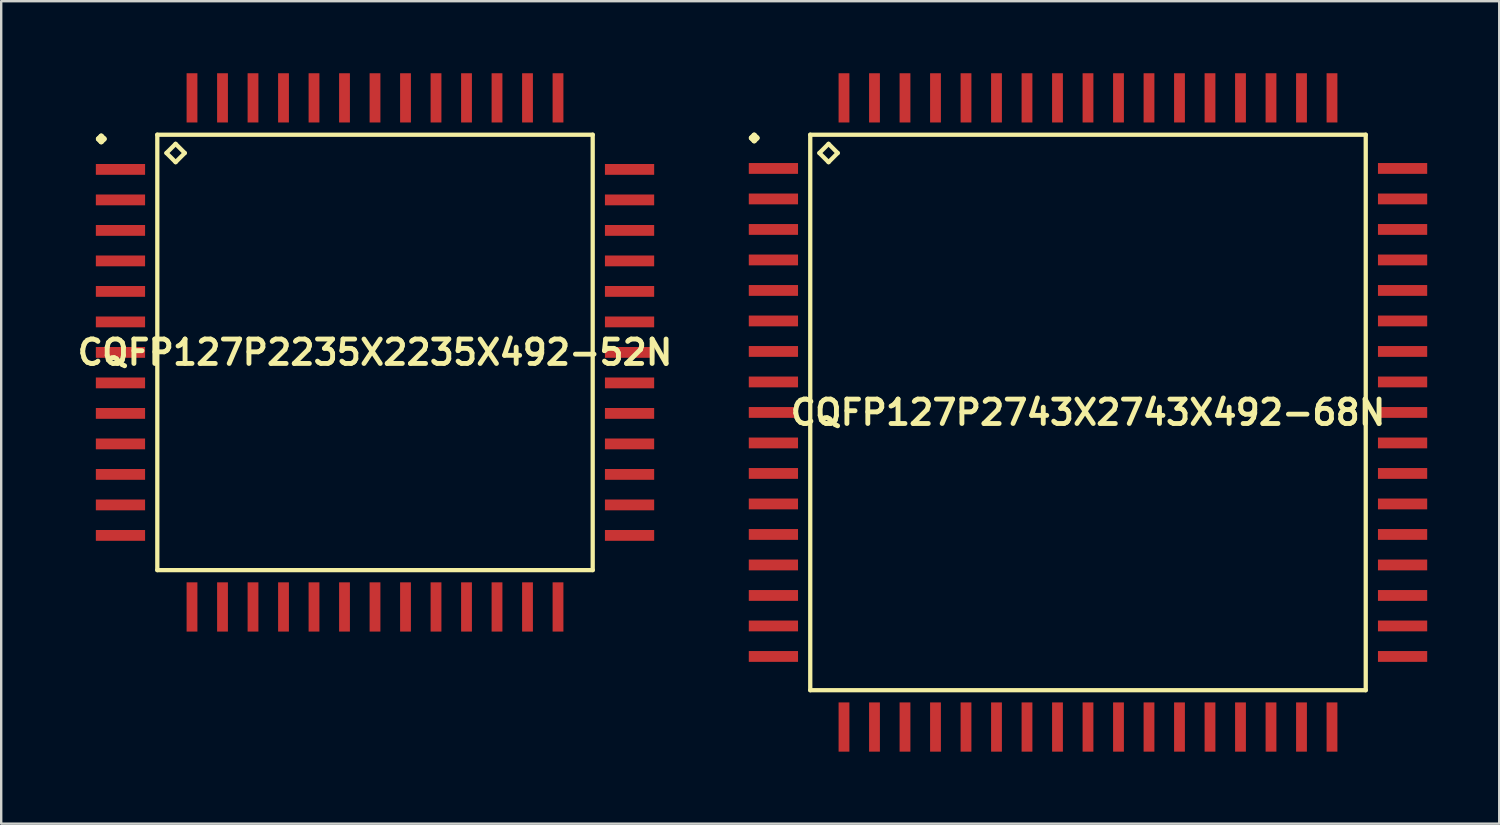
<source format=kicad_pcb>
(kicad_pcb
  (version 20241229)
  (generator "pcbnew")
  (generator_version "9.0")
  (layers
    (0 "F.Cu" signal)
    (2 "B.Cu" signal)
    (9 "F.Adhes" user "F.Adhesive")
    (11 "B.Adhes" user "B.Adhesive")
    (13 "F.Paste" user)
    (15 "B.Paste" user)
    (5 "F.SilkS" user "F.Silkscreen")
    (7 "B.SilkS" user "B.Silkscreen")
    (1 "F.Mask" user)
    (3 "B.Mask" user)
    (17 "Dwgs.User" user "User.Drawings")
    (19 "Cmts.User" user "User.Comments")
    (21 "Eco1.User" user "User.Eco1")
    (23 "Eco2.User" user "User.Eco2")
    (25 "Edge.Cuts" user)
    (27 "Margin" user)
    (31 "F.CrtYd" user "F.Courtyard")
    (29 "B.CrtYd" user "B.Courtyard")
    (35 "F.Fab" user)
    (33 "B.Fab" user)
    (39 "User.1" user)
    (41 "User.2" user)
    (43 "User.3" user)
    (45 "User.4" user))
  (footprint "CQFP127P2743X2743X492-68N"
    (layer "F.Cu")
    (at 42.253 14.124)
    (property "Reference" "CQFP127P2743X2743X492-68N" (at 0 0 0) (layer "F.SilkS") (effects (font (size 1.016 1.016) (thickness 0.203))))
    (attr smd)
    (fp_line (start -14.011 -11.43) (end -13.899 -11.542) (stroke (width 0.224) (type solid)) (layer "F.SilkS"))
    (fp_line (start -13.899 -11.542) (end -13.787 -11.43) (stroke (width 0.224) (type solid)) (layer "F.SilkS"))
    (fp_line (start -13.899 -11.316) (end -14.011 -11.43) (stroke (width 0.224) (type solid)) (layer "F.SilkS"))
    (fp_line (start -13.787 -11.43) (end -13.899 -11.316) (stroke (width 0.224) (type solid)) (layer "F.SilkS"))
    (fp_line (start -11.565 -11.565) (end -11.565 11.565) (stroke (width 0.178) (type solid)) (layer "F.SilkS"))
    (fp_line (start -11.565 11.565) (end 11.565 11.565) (stroke (width 0.178) (type solid)) (layer "F.SilkS"))
    (fp_line (start -11.184 -10.803) (end -10.803 -11.184) (stroke (width 0.178) (type solid)) (layer "F.SilkS"))
    (fp_line (start -10.803 -11.184) (end -10.422 -10.803) (stroke (width 0.178) (type solid)) (layer "F.SilkS"))
    (fp_line (start -10.803 -10.422) (end -11.184 -10.803) (stroke (width 0.178) (type solid)) (layer "F.SilkS"))
    (fp_line (start -10.422 -10.803) (end -10.803 -10.422) (stroke (width 0.178) (type solid)) (layer "F.SilkS"))
    (fp_line (start 11.565 -11.565) (end -11.565 -11.565) (stroke (width 0.178) (type solid)) (layer "F.SilkS"))
    (fp_line (start 11.565 11.565) (end 11.565 -11.565) (stroke (width 0.178) (type solid)) (layer "F.SilkS"))
    (pad "1" smd rect (at -13.099 -10.16) (size 2.05 0.45) (layers "F.Cu" "F.Mask" "F.Paste"))
    (pad "2" smd rect (at -13.099 -8.89) (size 2.05 0.45) (layers "F.Cu" "F.Mask" "F.Paste"))
    (pad "3" smd rect (at -13.099 -7.62) (size 2.05 0.45) (layers "F.Cu" "F.Mask" "F.Paste"))
    (pad "4" smd rect (at -13.099 -6.35) (size 2.05 0.45) (layers "F.Cu" "F.Mask" "F.Paste"))
    (pad "5" smd rect (at -13.099 -5.08) (size 2.05 0.45) (layers "F.Cu" "F.Mask" "F.Paste"))
    (pad "6" smd rect (at -13.099 -3.81) (size 2.05 0.45) (layers "F.Cu" "F.Mask" "F.Paste"))
    (pad "7" smd rect (at -13.099 -2.54) (size 2.05 0.45) (layers "F.Cu" "F.Mask" "F.Paste"))
    (pad "8" smd rect (at -13.099 -1.27) (size 2.05 0.45) (layers "F.Cu" "F.Mask" "F.Paste"))
    (pad "9" smd rect (at -13.099 0) (size 2.05 0.45) (layers "F.Cu" "F.Mask" "F.Paste"))
    (pad "10" smd rect (at -13.099 1.27) (size 2.05 0.45) (layers "F.Cu" "F.Mask" "F.Paste"))
    (pad "11" smd rect (at -13.099 2.54) (size 2.05 0.45) (layers "F.Cu" "F.Mask" "F.Paste"))
    (pad "12" smd rect (at -13.099 3.81) (size 2.05 0.45) (layers "F.Cu" "F.Mask" "F.Paste"))
    (pad "13" smd rect (at -13.099 5.08) (size 2.05 0.45) (layers "F.Cu" "F.Mask" "F.Paste"))
    (pad "14" smd rect (at -13.099 6.35) (size 2.05 0.45) (layers "F.Cu" "F.Mask" "F.Paste"))
    (pad "15" smd rect (at -13.099 7.62) (size 2.05 0.45) (layers "F.Cu" "F.Mask" "F.Paste"))
    (pad "16" smd rect (at -13.099 8.89) (size 2.05 0.45) (layers "F.Cu" "F.Mask" "F.Paste"))
    (pad "17" smd rect (at -13.099 10.16) (size 2.05 0.45) (layers "F.Cu" "F.Mask" "F.Paste"))
    (pad "18" smd rect (at -10.16 13.099) (size 0.45 2.05) (layers "F.Cu" "F.Mask" "F.Paste"))
    (pad "19" smd rect (at -8.89 13.099) (size 0.45 2.05) (layers "F.Cu" "F.Mask" "F.Paste"))
    (pad "20" smd rect (at -7.62 13.099) (size 0.45 2.05) (layers "F.Cu" "F.Mask" "F.Paste"))
    (pad "21" smd rect (at -6.35 13.099) (size 0.45 2.05) (layers "F.Cu" "F.Mask" "F.Paste"))
    (pad "22" smd rect (at -5.08 13.099) (size 0.45 2.05) (layers "F.Cu" "F.Mask" "F.Paste"))
    (pad "23" smd rect (at -3.81 13.099) (size 0.45 2.05) (layers "F.Cu" "F.Mask" "F.Paste"))
    (pad "24" smd rect (at -2.54 13.099) (size 0.45 2.05) (layers "F.Cu" "F.Mask" "F.Paste"))
    (pad "25" smd rect (at -1.27 13.099) (size 0.45 2.05) (layers "F.Cu" "F.Mask" "F.Paste"))
    (pad "26" smd rect (at 0 13.099) (size 0.45 2.05) (layers "F.Cu" "F.Mask" "F.Paste"))
    (pad "27" smd rect (at 1.27 13.099) (size 0.45 2.05) (layers "F.Cu" "F.Mask" "F.Paste"))
    (pad "28" smd rect (at 2.54 13.099) (size 0.45 2.05) (layers "F.Cu" "F.Mask" "F.Paste"))
    (pad "29" smd rect (at 3.81 13.099) (size 0.45 2.05) (layers "F.Cu" "F.Mask" "F.Paste"))
    (pad "30" smd rect (at 5.08 13.099) (size 0.45 2.05) (layers "F.Cu" "F.Mask" "F.Paste"))
    (pad "31" smd rect (at 6.35 13.099) (size 0.45 2.05) (layers "F.Cu" "F.Mask" "F.Paste"))
    (pad "32" smd rect (at 7.62 13.099) (size 0.45 2.05) (layers "F.Cu" "F.Mask" "F.Paste"))
    (pad "33" smd rect (at 8.89 13.099) (size 0.45 2.05) (layers "F.Cu" "F.Mask" "F.Paste"))
    (pad "34" smd rect (at 10.16 13.099) (size 0.45 2.05) (layers "F.Cu" "F.Mask" "F.Paste"))
    (pad "35" smd rect (at 13.099 10.16) (size 2.05 0.45) (layers "F.Cu" "F.Mask" "F.Paste"))
    (pad "36" smd rect (at 13.099 8.89) (size 2.05 0.45) (layers "F.Cu" "F.Mask" "F.Paste"))
    (pad "37" smd rect (at 13.099 7.62) (size 2.05 0.45) (layers "F.Cu" "F.Mask" "F.Paste"))
    (pad "38" smd rect (at 13.099 6.35) (size 2.05 0.45) (layers "F.Cu" "F.Mask" "F.Paste"))
    (pad "39" smd rect (at 13.099 5.08) (size 2.05 0.45) (layers "F.Cu" "F.Mask" "F.Paste"))
    (pad "40" smd rect (at 13.099 3.81) (size 2.05 0.45) (layers "F.Cu" "F.Mask" "F.Paste"))
    (pad "41" smd rect (at 13.099 2.54) (size 2.05 0.45) (layers "F.Cu" "F.Mask" "F.Paste"))
    (pad "42" smd rect (at 13.099 1.27) (size 2.05 0.45) (layers "F.Cu" "F.Mask" "F.Paste"))
    (pad "43" smd rect (at 13.099 0) (size 2.05 0.45) (layers "F.Cu" "F.Mask" "F.Paste"))
    (pad "44" smd rect (at 13.099 -1.27) (size 2.05 0.45) (layers "F.Cu" "F.Mask" "F.Paste"))
    (pad "45" smd rect (at 13.099 -2.54) (size 2.05 0.45) (layers "F.Cu" "F.Mask" "F.Paste"))
    (pad "46" smd rect (at 13.099 -3.81) (size 2.05 0.45) (layers "F.Cu" "F.Mask" "F.Paste"))
    (pad "47" smd rect (at 13.099 -5.08) (size 2.05 0.45) (layers "F.Cu" "F.Mask" "F.Paste"))
    (pad "48" smd rect (at 13.099 -6.35) (size 2.05 0.45) (layers "F.Cu" "F.Mask" "F.Paste"))
    (pad "49" smd rect (at 13.099 -7.62) (size 2.05 0.45) (layers "F.Cu" "F.Mask" "F.Paste"))
    (pad "50" smd rect (at 13.099 -8.89) (size 2.05 0.45) (layers "F.Cu" "F.Mask" "F.Paste"))
    (pad "51" smd rect (at 13.099 -10.16) (size 2.05 0.45) (layers "F.Cu" "F.Mask" "F.Paste"))
    (pad "52" smd rect (at 10.16 -13.099) (size 0.45 2.05) (layers "F.Cu" "F.Mask" "F.Paste"))
    (pad "53" smd rect (at 8.89 -13.099) (size 0.45 2.05) (layers "F.Cu" "F.Mask" "F.Paste"))
    (pad "54" smd rect (at 7.62 -13.099) (size 0.45 2.05) (layers "F.Cu" "F.Mask" "F.Paste"))
    (pad "55" smd rect (at 6.35 -13.099) (size 0.45 2.05) (layers "F.Cu" "F.Mask" "F.Paste"))
    (pad "56" smd rect (at 5.08 -13.099) (size 0.45 2.05) (layers "F.Cu" "F.Mask" "F.Paste"))
    (pad "57" smd rect (at 3.81 -13.099) (size 0.45 2.05) (layers "F.Cu" "F.Mask" "F.Paste"))
    (pad "58" smd rect (at 2.54 -13.099) (size 0.45 2.05) (layers "F.Cu" "F.Mask" "F.Paste"))
    (pad "59" smd rect (at 1.27 -13.099) (size 0.45 2.05) (layers "F.Cu" "F.Mask" "F.Paste"))
    (pad "60" smd rect (at 0 -13.099) (size 0.45 2.05) (layers "F.Cu" "F.Mask" "F.Paste"))
    (pad "61" smd rect (at -1.27 -13.099) (size 0.45 2.05) (layers "F.Cu" "F.Mask" "F.Paste"))
    (pad "62" smd rect (at -2.54 -13.099) (size 0.45 2.05) (layers "F.Cu" "F.Mask" "F.Paste"))
    (pad "63" smd rect (at -3.81 -13.099) (size 0.45 2.05) (layers "F.Cu" "F.Mask" "F.Paste"))
    (pad "64" smd rect (at -5.08 -13.099) (size 0.45 2.05) (layers "F.Cu" "F.Mask" "F.Paste"))
    (pad "65" smd rect (at -6.35 -13.099) (size 0.45 2.05) (layers "F.Cu" "F.Mask" "F.Paste"))
    (pad "66" smd rect (at -7.62 -13.099) (size 0.45 2.05) (layers "F.Cu" "F.Mask" "F.Paste"))
    (pad "67" smd rect (at -8.89 -13.099) (size 0.45 2.05) (layers "F.Cu" "F.Mask" "F.Paste"))
    (pad "68" smd rect (at -10.16 -13.099) (size 0.45 2.05) (layers "F.Cu" "F.Mask" "F.Paste")))
  (footprint "CQFP127P2235X2235X492-52N"
    (layer "F.Cu")
    (at 12.565 11.624)
    (property "Reference" "CQFP127P2235X2235X492-52N" (at 0 0 0) (layer "F.SilkS") (effects (font (size 1.016 1.016) (thickness 0.203))))
    (attr smd)
    (fp_line (start -11.511 -8.89) (end -11.4 -9.002) (stroke (width 0.224) (type solid)) (layer "F.SilkS"))
    (fp_line (start -11.4 -9.002) (end -11.285 -8.89) (stroke (width 0.224) (type solid)) (layer "F.SilkS"))
    (fp_line (start -11.4 -8.776) (end -11.511 -8.89) (stroke (width 0.224) (type solid)) (layer "F.SilkS"))
    (fp_line (start -11.285 -8.89) (end -11.4 -8.776) (stroke (width 0.224) (type solid)) (layer "F.SilkS"))
    (fp_line (start -9.065 -9.065) (end -9.065 9.065) (stroke (width 0.178) (type solid)) (layer "F.SilkS"))
    (fp_line (start -9.065 9.065) (end 9.065 9.065) (stroke (width 0.178) (type solid)) (layer "F.SilkS"))
    (fp_line (start -8.684 -8.303) (end -8.303 -8.684) (stroke (width 0.178) (type solid)) (layer "F.SilkS"))
    (fp_line (start -8.303 -8.684) (end -7.922 -8.303) (stroke (width 0.178) (type solid)) (layer "F.SilkS"))
    (fp_line (start -8.303 -7.922) (end -8.684 -8.303) (stroke (width 0.178) (type solid)) (layer "F.SilkS"))
    (fp_line (start -7.922 -8.303) (end -8.303 -7.922) (stroke (width 0.178) (type solid)) (layer "F.SilkS"))
    (fp_line (start 9.065 -9.065) (end -9.065 -9.065) (stroke (width 0.178) (type solid)) (layer "F.SilkS"))
    (fp_line (start 9.065 9.065) (end 9.065 -9.065) (stroke (width 0.178) (type solid)) (layer "F.SilkS"))
    (pad "1" smd rect (at -10.599 -7.62) (size 2.05 0.45) (layers "F.Cu" "F.Mask" "F.Paste"))
    (pad "2" smd rect (at -10.599 -6.35) (size 2.05 0.45) (layers "F.Cu" "F.Mask" "F.Paste"))
    (pad "3" smd rect (at -10.599 -5.08) (size 2.05 0.45) (layers "F.Cu" "F.Mask" "F.Paste"))
    (pad "4" smd rect (at -10.599 -3.81) (size 2.05 0.45) (layers "F.Cu" "F.Mask" "F.Paste"))
    (pad "5" smd rect (at -10.599 -2.54) (size 2.05 0.45) (layers "F.Cu" "F.Mask" "F.Paste"))
    (pad "6" smd rect (at -10.599 -1.27) (size 2.05 0.45) (layers "F.Cu" "F.Mask" "F.Paste"))
    (pad "7" smd rect (at -10.599 0) (size 2.05 0.45) (layers "F.Cu" "F.Mask" "F.Paste"))
    (pad "8" smd rect (at -10.599 1.27) (size 2.05 0.45) (layers "F.Cu" "F.Mask" "F.Paste"))
    (pad "9" smd rect (at -10.599 2.54) (size 2.05 0.45) (layers "F.Cu" "F.Mask" "F.Paste"))
    (pad "10" smd rect (at -10.599 3.81) (size 2.05 0.45) (layers "F.Cu" "F.Mask" "F.Paste"))
    (pad "11" smd rect (at -10.599 5.08) (size 2.05 0.45) (layers "F.Cu" "F.Mask" "F.Paste"))
    (pad "12" smd rect (at -10.599 6.35) (size 2.05 0.45) (layers "F.Cu" "F.Mask" "F.Paste"))
    (pad "13" smd rect (at -10.599 7.62) (size 2.05 0.45) (layers "F.Cu" "F.Mask" "F.Paste"))
    (pad "14" smd rect (at -7.62 10.599) (size 0.45 2.05) (layers "F.Cu" "F.Mask" "F.Paste"))
    (pad "15" smd rect (at -6.35 10.599) (size 0.45 2.05) (layers "F.Cu" "F.Mask" "F.Paste"))
    (pad "16" smd rect (at -5.08 10.599) (size 0.45 2.05) (layers "F.Cu" "F.Mask" "F.Paste"))
    (pad "17" smd rect (at -3.81 10.599) (size 0.45 2.05) (layers "F.Cu" "F.Mask" "F.Paste"))
    (pad "18" smd rect (at -2.54 10.599) (size 0.45 2.05) (layers "F.Cu" "F.Mask" "F.Paste"))
    (pad "19" smd rect (at -1.27 10.599) (size 0.45 2.05) (layers "F.Cu" "F.Mask" "F.Paste"))
    (pad "20" smd rect (at 0 10.599) (size 0.45 2.05) (layers "F.Cu" "F.Mask" "F.Paste"))
    (pad "21" smd rect (at 1.27 10.599) (size 0.45 2.05) (layers "F.Cu" "F.Mask" "F.Paste"))
    (pad "22" smd rect (at 2.54 10.599) (size 0.45 2.05) (layers "F.Cu" "F.Mask" "F.Paste"))
    (pad "23" smd rect (at 3.81 10.599) (size 0.45 2.05) (layers "F.Cu" "F.Mask" "F.Paste"))
    (pad "24" smd rect (at 5.08 10.599) (size 0.45 2.05) (layers "F.Cu" "F.Mask" "F.Paste"))
    (pad "25" smd rect (at 6.35 10.599) (size 0.45 2.05) (layers "F.Cu" "F.Mask" "F.Paste"))
    (pad "26" smd rect (at 7.62 10.599) (size 0.45 2.05) (layers "F.Cu" "F.Mask" "F.Paste"))
    (pad "27" smd rect (at 10.599 7.62) (size 2.05 0.45) (layers "F.Cu" "F.Mask" "F.Paste"))
    (pad "28" smd rect (at 10.599 6.35) (size 2.05 0.45) (layers "F.Cu" "F.Mask" "F.Paste"))
    (pad "29" smd rect (at 10.599 5.08) (size 2.05 0.45) (layers "F.Cu" "F.Mask" "F.Paste"))
    (pad "30" smd rect (at 10.599 3.81) (size 2.05 0.45) (layers "F.Cu" "F.Mask" "F.Paste"))
    (pad "31" smd rect (at 10.599 2.54) (size 2.05 0.45) (layers "F.Cu" "F.Mask" "F.Paste"))
    (pad "32" smd rect (at 10.599 1.27) (size 2.05 0.45) (layers "F.Cu" "F.Mask" "F.Paste"))
    (pad "33" smd rect (at 10.599 0) (size 2.05 0.45) (layers "F.Cu" "F.Mask" "F.Paste"))
    (pad "34" smd rect (at 10.599 -1.27) (size 2.05 0.45) (layers "F.Cu" "F.Mask" "F.Paste"))
    (pad "35" smd rect (at 10.599 -2.54) (size 2.05 0.45) (layers "F.Cu" "F.Mask" "F.Paste"))
    (pad "36" smd rect (at 10.599 -3.81) (size 2.05 0.45) (layers "F.Cu" "F.Mask" "F.Paste"))
    (pad "37" smd rect (at 10.599 -5.08) (size 2.05 0.45) (layers "F.Cu" "F.Mask" "F.Paste"))
    (pad "38" smd rect (at 10.599 -6.35) (size 2.05 0.45) (layers "F.Cu" "F.Mask" "F.Paste"))
    (pad "39" smd rect (at 10.599 -7.62) (size 2.05 0.45) (layers "F.Cu" "F.Mask" "F.Paste"))
    (pad "40" smd rect (at 7.62 -10.599) (size 0.45 2.05) (layers "F.Cu" "F.Mask" "F.Paste"))
    (pad "41" smd rect (at 6.35 -10.599) (size 0.45 2.05) (layers "F.Cu" "F.Mask" "F.Paste"))
    (pad "42" smd rect (at 5.08 -10.599) (size 0.45 2.05) (layers "F.Cu" "F.Mask" "F.Paste"))
    (pad "43" smd rect (at 3.81 -10.599) (size 0.45 2.05) (layers "F.Cu" "F.Mask" "F.Paste"))
    (pad "44" smd rect (at 2.54 -10.599) (size 0.45 2.05) (layers "F.Cu" "F.Mask" "F.Paste"))
    (pad "45" smd rect (at 1.27 -10.599) (size 0.45 2.05) (layers "F.Cu" "F.Mask" "F.Paste"))
    (pad "46" smd rect (at 0 -10.599) (size 0.45 2.05) (layers "F.Cu" "F.Mask" "F.Paste"))
    (pad "47" smd rect (at -1.27 -10.599) (size 0.45 2.05) (layers "F.Cu" "F.Mask" "F.Paste"))
    (pad "48" smd rect (at -2.54 -10.599) (size 0.45 2.05) (layers "F.Cu" "F.Mask" "F.Paste"))
    (pad "49" smd rect (at -3.81 -10.599) (size 0.45 2.05) (layers "F.Cu" "F.Mask" "F.Paste"))
    (pad "50" smd rect (at -5.08 -10.599) (size 0.45 2.05) (layers "F.Cu" "F.Mask" "F.Paste"))
    (pad "51" smd rect (at -6.35 -10.599) (size 0.45 2.05) (layers "F.Cu" "F.Mask" "F.Paste"))
    (pad "52" smd rect (at -7.62 -10.599) (size 0.45 2.05) (layers "F.Cu" "F.Mask" "F.Paste")))
  (gr_rect
    (start -3 -3)
    (end 59.376 31.247)
    (stroke (width 0.1) (type default))
    (fill no)
    (layer "Edge.Cuts")))
</source>
